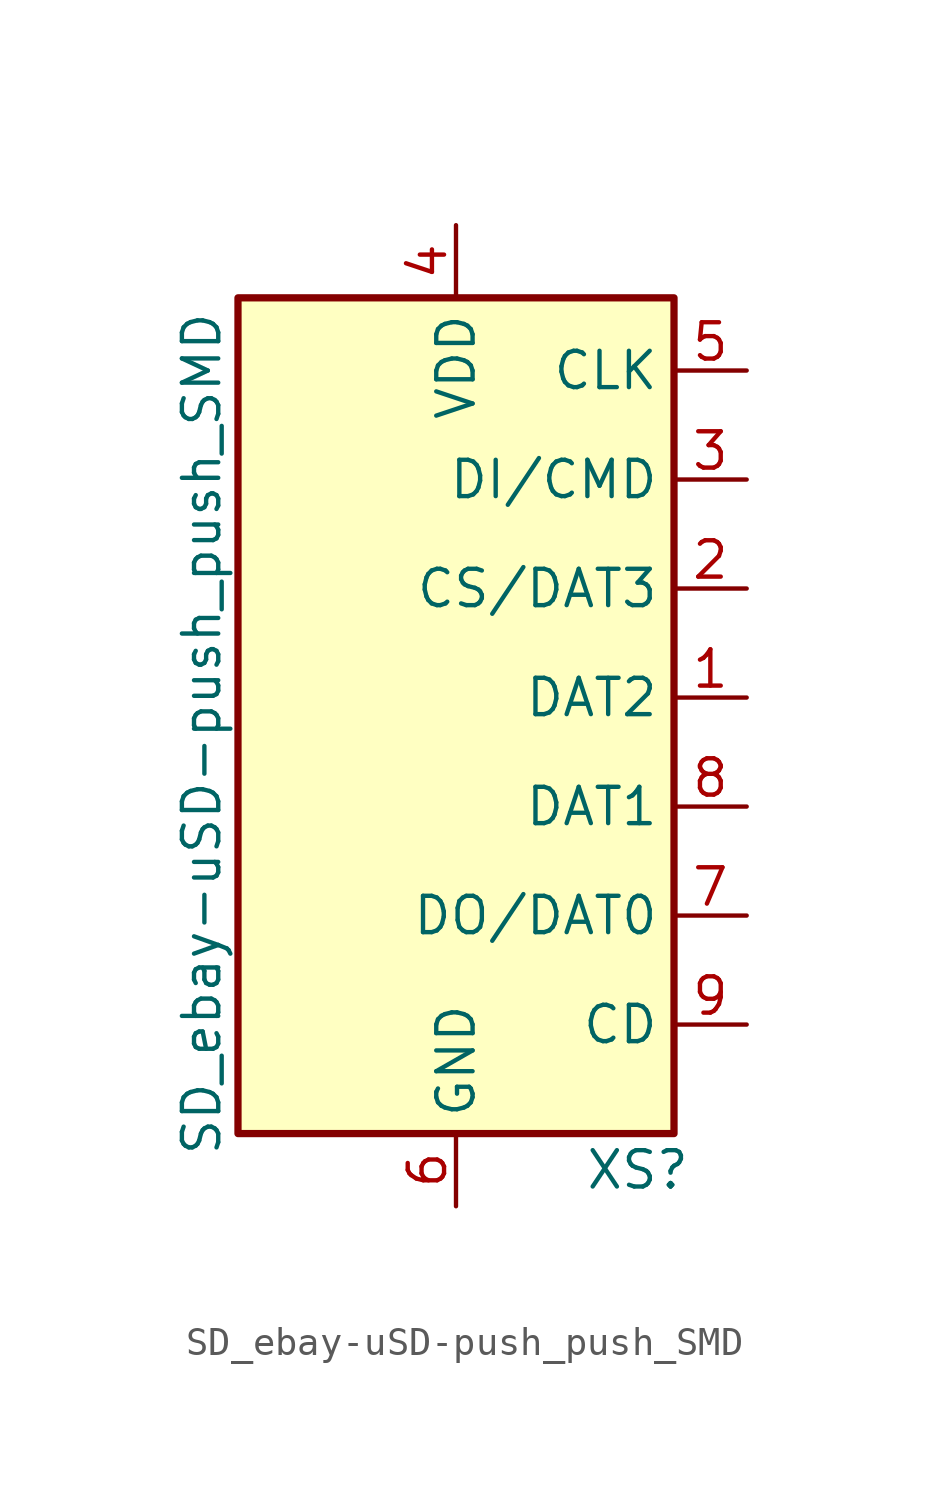
<source format=kicad_sym>
(kicad_symbol_lib
  (version 20211014)
  (generator kicad_symbol_editor)
  (symbol "SD_ebay-uSD-push_push_SMD"
    (property "Reference" "XS"
      (at 6.35 -16.51 0)
      (effects (font (size 1.27 1.27))))
    (property "Value" "SD_ebay-uSD-push_push_SMD"
      (at -8.89 -1.27 90)
      (effects (font (size 1.27 1.27))))
    (symbol "SD_ebay-uSD-push_push_SMD_0_0"
      (rectangle (start 7.62 13.97) (end -7.62 -15.24) (stroke (width 0.254) (type default) (color 0 0 0 0)) (fill (type background))))
    (symbol "SD_ebay-uSD-push_push_SMD_1_1"
      (pin bidirectional line (at 10.16 0 180) (length 2.54) (name "DAT2" (effects (font (size 1.27 1.27)))) (number "1" (effects (font (size 1.27 1.27)))))
      (pin input line (at 10.16 3.81 180) (length 2.54) (name "CS/DAT3" (effects (font (size 1.27 1.27)))) (number "2" (effects (font (size 1.27 1.27)))))
      (pin input line (at 10.16 7.62 180) (length 2.54) (name "DI/CMD" (effects (font (size 1.27 1.27)))) (number "3" (effects (font (size 1.27 1.27)))))
      (pin input line (at 0 16.51 270) (length 2.54) (name "VDD" (effects (font (size 1.27 1.27)))) (number "4" (effects (font (size 1.27 1.27)))))
      (pin input line (at 10.16 11.43 180) (length 2.54) (name "CLK" (effects (font (size 1.27 1.27)))) (number "5" (effects (font (size 1.27 1.27)))))
      (pin input line (at 0 -17.78 90) (length 2.54) (name "GND" (effects (font (size 1.27 1.27)))) (number "6" (effects (font (size 1.27 1.27)))))
      (pin input line (at 10.16 -7.62 180) (length 2.54) (name "DO/DAT0" (effects (font (size 1.27 1.27)))) (number "7" (effects (font (size 1.27 1.27)))))
      (pin bidirectional line (at 10.16 -3.81 180) (length 2.54) (name "DAT1" (effects (font (size 1.27 1.27)))) (number "8" (effects (font (size 1.27 1.27)))))
      (pin input line (at 10.16 -11.43 180) (length 2.54) (name "CD" (effects (font (size 1.27 1.27)))) (number "9" (effects (font (size 1.27 1.27))))))))
</source>
